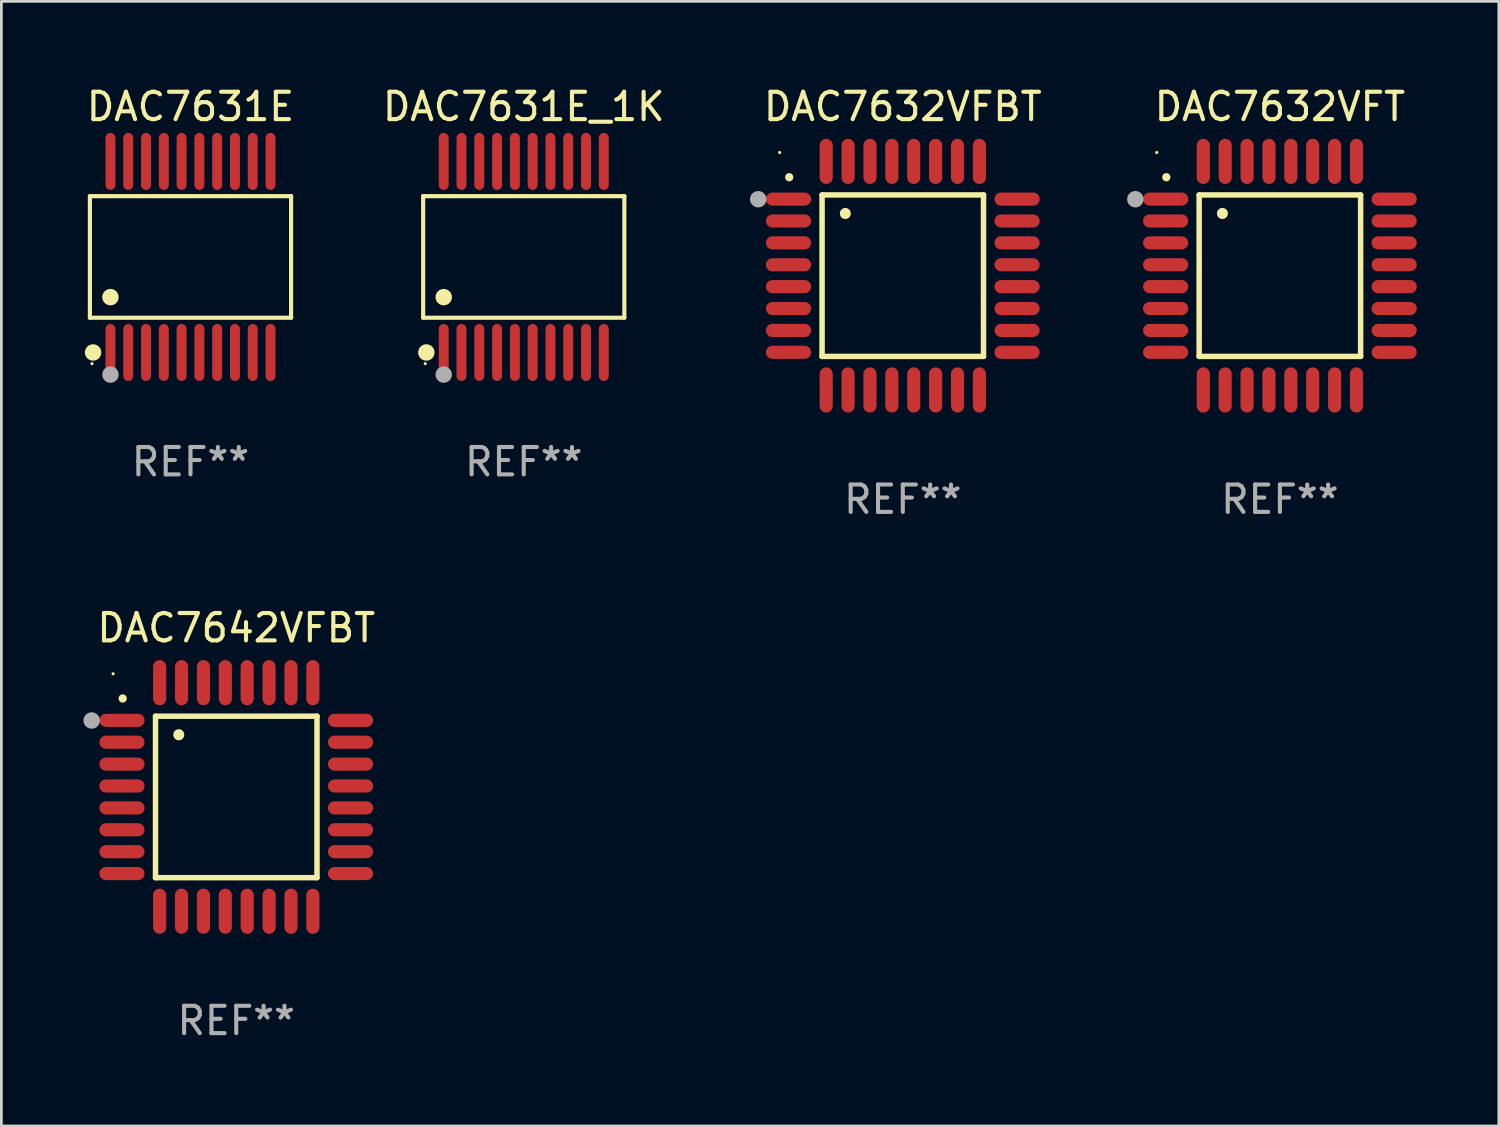
<source format=kicad_pcb>
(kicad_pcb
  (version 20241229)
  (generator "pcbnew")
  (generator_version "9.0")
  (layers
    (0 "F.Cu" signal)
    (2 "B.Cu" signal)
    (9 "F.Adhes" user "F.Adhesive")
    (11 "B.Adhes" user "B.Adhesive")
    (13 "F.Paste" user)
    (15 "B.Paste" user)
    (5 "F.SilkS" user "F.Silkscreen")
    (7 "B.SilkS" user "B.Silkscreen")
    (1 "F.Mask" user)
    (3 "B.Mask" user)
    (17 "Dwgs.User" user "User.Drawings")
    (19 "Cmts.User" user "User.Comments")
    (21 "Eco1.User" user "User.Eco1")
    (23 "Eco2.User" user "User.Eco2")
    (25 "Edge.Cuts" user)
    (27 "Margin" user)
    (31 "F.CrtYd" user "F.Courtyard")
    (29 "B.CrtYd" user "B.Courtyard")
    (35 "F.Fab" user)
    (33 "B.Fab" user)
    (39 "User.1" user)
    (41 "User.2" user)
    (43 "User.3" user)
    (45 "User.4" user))
  (footprint "DAC7632VFBT"
    (layer "F.Cu")
    (at 29.94 7.024)
    (property "Reference" "DAC7632VFBT" (at 0 -6.176 0) (layer "F.SilkS") (effects (font (size 1 1) (thickness 0.15))))
    (attr through_hole)
    (fp_line (start -2.95 -2.95) (end -2.95 2.95) (stroke (width 0.2) (type solid)) (layer "F.SilkS"))
    (fp_line (start -2.95 2.95) (end 2.95 2.95) (stroke (width 0.2) (type solid)) (layer "F.SilkS"))
    (fp_line (start 2.95 -2.95) (end -2.95 -2.95) (stroke (width 0.2) (type solid)) (layer "F.SilkS"))
    (fp_line (start 2.95 2.95) (end 2.95 -2.95) (stroke (width 0.2) (type solid)) (layer "F.SilkS"))
    (fp_arc (start -4.150178 -3.596622) (mid -4.150183 -3.597892) (end -4.150178 -3.599162) (stroke (width 0.3) (type solid)) (layer "F.SilkS"))
    (fp_arc (start -2.100394 -2.270739) (mid -2.10041 -2.273279) (end -2.100394 -2.275819) (stroke (width 0.4) (type solid)) (layer "F.SilkS"))
    (fp_circle (center -4.5 -4.5) (end -4.47 -4.5) (stroke (width 0.06) (type solid)) (fill no) (layer "F.SilkS"))
    (fp_circle (center -5.283 -2.794) (end -5.133 -2.794) (stroke (width 0.3) (type solid)) (fill no) (layer "F.Fab"))
    (fp_text user "REF**" (at 0 8.176 0) (layer "F.Fab") (effects (font (size 1 1) (thickness 0.15))))
    (pad "1" smd oval (at -4.176 -2.799 90) (size 0.48 1.65) (layers "F.Cu" "F.Mask" "F.Paste"))
    (pad "2" smd oval (at -4.176 -2 90) (size 0.48 1.65) (layers "F.Cu" "F.Mask" "F.Paste"))
    (pad "3" smd oval (at -4.176 -1.2 90) (size 0.48 1.65) (layers "F.Cu" "F.Mask" "F.Paste"))
    (pad "4" smd oval (at -4.176 -0.4 90) (size 0.48 1.65) (layers "F.Cu" "F.Mask" "F.Paste"))
    (pad "5" smd oval (at -4.176 0.4 90) (size 0.48 1.65) (layers "F.Cu" "F.Mask" "F.Paste"))
    (pad "6" smd oval (at -4.176 1.2 90) (size 0.48 1.65) (layers "F.Cu" "F.Mask" "F.Paste"))
    (pad "7" smd oval (at -4.176 2 90) (size 0.48 1.65) (layers "F.Cu" "F.Mask" "F.Paste"))
    (pad "8" smd oval (at -4.176 2.799 90) (size 0.48 1.65) (layers "F.Cu" "F.Mask" "F.Paste"))
    (pad "9" smd oval (at -2.799 4.176) (size 0.48 1.65) (layers "F.Cu" "F.Mask" "F.Paste"))
    (pad "10" smd oval (at -2 4.176) (size 0.48 1.65) (layers "F.Cu" "F.Mask" "F.Paste"))
    (pad "11" smd oval (at -1.2 4.176) (size 0.48 1.65) (layers "F.Cu" "F.Mask" "F.Paste"))
    (pad "12" smd oval (at -0.4 4.176) (size 0.48 1.65) (layers "F.Cu" "F.Mask" "F.Paste"))
    (pad "13" smd oval (at 0.4 4.176) (size 0.48 1.65) (layers "F.Cu" "F.Mask" "F.Paste"))
    (pad "14" smd oval (at 1.2 4.176) (size 0.48 1.65) (layers "F.Cu" "F.Mask" "F.Paste"))
    (pad "15" smd oval (at 2 4.176) (size 0.48 1.65) (layers "F.Cu" "F.Mask" "F.Paste"))
    (pad "16" smd oval (at 2.799 4.176) (size 0.48 1.65) (layers "F.Cu" "F.Mask" "F.Paste"))
    (pad "17" smd oval (at 4.176 2.799 90) (size 0.48 1.65) (layers "F.Cu" "F.Mask" "F.Paste"))
    (pad "18" smd oval (at 4.176 2 90) (size 0.48 1.65) (layers "F.Cu" "F.Mask" "F.Paste"))
    (pad "19" smd oval (at 4.176 1.2 90) (size 0.48 1.65) (layers "F.Cu" "F.Mask" "F.Paste"))
    (pad "20" smd oval (at 4.176 0.4 90) (size 0.48 1.65) (layers "F.Cu" "F.Mask" "F.Paste"))
    (pad "21" smd oval (at 4.176 -0.4 90) (size 0.48 1.65) (layers "F.Cu" "F.Mask" "F.Paste"))
    (pad "22" smd oval (at 4.176 -1.2 90) (size 0.48 1.65) (layers "F.Cu" "F.Mask" "F.Paste"))
    (pad "23" smd oval (at 4.176 -2 90) (size 0.48 1.65) (layers "F.Cu" "F.Mask" "F.Paste"))
    (pad "24" smd oval (at 4.176 -2.799 90) (size 0.48 1.65) (layers "F.Cu" "F.Mask" "F.Paste"))
    (pad "25" smd oval (at 2.799 -4.176) (size 0.48 1.65) (layers "F.Cu" "F.Mask" "F.Paste"))
    (pad "26" smd oval (at 1.999 -4.176) (size 0.48 1.65) (layers "F.Cu" "F.Mask" "F.Paste"))
    (pad "27" smd oval (at 1.199 -4.176) (size 0.48 1.65) (layers "F.Cu" "F.Mask" "F.Paste"))
    (pad "28" smd oval (at 0.399 -4.176) (size 0.48 1.65) (layers "F.Cu" "F.Mask" "F.Paste"))
    (pad "29" smd oval (at -0.399 -4.176) (size 0.48 1.65) (layers "F.Cu" "F.Mask" "F.Paste"))
    (pad "30" smd oval (at -1.199 -4.176) (size 0.48 1.65) (layers "F.Cu" "F.Mask" "F.Paste"))
    (pad "31" smd oval (at -1.999 -4.176) (size 0.48 1.65) (layers "F.Cu" "F.Mask" "F.Paste"))
    (pad "32" smd oval (at -2.799 -4.176) (size 0.48 1.65) (layers "F.Cu" "F.Mask" "F.Paste")))
  (footprint "DAC7631E"
    (layer "F.Cu")
    (at 3.911 6.339)
    (property "Reference" "DAC7631E" (at 0 -5.491 0) (layer "F.SilkS") (effects (font (size 1 1) (thickness 0.15))))
    (attr through_hole)
    (fp_line (start -3.676 -2.221) (end 3.676 -2.221) (stroke (width 0.152) (type solid)) (layer "F.SilkS"))
    (fp_line (start -3.676 2.221) (end -3.676 -2.221) (stroke (width 0.152) (type solid)) (layer "F.SilkS"))
    (fp_line (start 3.676 -2.221) (end 3.676 2.221) (stroke (width 0.152) (type solid)) (layer "F.SilkS"))
    (fp_line (start 3.676 2.221) (end -3.676 2.221) (stroke (width 0.152) (type solid)) (layer "F.SilkS"))
    (fp_circle (center -3.6 3.9) (end -3.57 3.9) (stroke (width 0.06) (type solid)) (fill no) (layer "F.SilkS"))
    (fp_circle (center -3.559 3.491) (end -3.409 3.491) (stroke (width 0.3) (type solid)) (fill no) (layer "F.SilkS"))
    (fp_circle (center -2.925 1.469) (end -2.775 1.469) (stroke (width 0.3) (type solid)) (fill no) (layer "F.SilkS"))
    (fp_circle (center -2.925 4.3) (end -2.775 4.3) (stroke (width 0.3) (type solid)) (fill no) (layer "F.Fab"))
    (fp_text user "REF**" (at 0 7.491 0) (layer "F.Fab") (effects (font (size 1 1) (thickness 0.15))))
    (pad "1" smd oval (at -2.925 3.491) (size 0.364 2.082) (layers "F.Cu" "F.Mask" "F.Paste"))
    (pad "2" smd oval (at -2.275 3.491) (size 0.364 2.082) (layers "F.Cu" "F.Mask" "F.Paste"))
    (pad "3" smd oval (at -1.625 3.491) (size 0.364 2.082) (layers "F.Cu" "F.Mask" "F.Paste"))
    (pad "4" smd oval (at -0.975 3.491) (size 0.364 2.082) (layers "F.Cu" "F.Mask" "F.Paste"))
    (pad "5" smd oval (at -0.325 3.491) (size 0.364 2.082) (layers "F.Cu" "F.Mask" "F.Paste"))
    (pad "6" smd oval (at 0.325 3.491) (size 0.364 2.082) (layers "F.Cu" "F.Mask" "F.Paste"))
    (pad "7" smd oval (at 0.975 3.491) (size 0.364 2.082) (layers "F.Cu" "F.Mask" "F.Paste"))
    (pad "8" smd oval (at 1.625 3.491) (size 0.364 2.082) (layers "F.Cu" "F.Mask" "F.Paste"))
    (pad "9" smd oval (at 2.275 3.491) (size 0.364 2.082) (layers "F.Cu" "F.Mask" "F.Paste"))
    (pad "10" smd oval (at 2.925 3.491) (size 0.364 2.082) (layers "F.Cu" "F.Mask" "F.Paste"))
    (pad "11" smd oval (at 2.925 -3.491) (size 0.364 2.082) (layers "F.Cu" "F.Mask" "F.Paste"))
    (pad "12" smd oval (at 2.275 -3.491) (size 0.364 2.082) (layers "F.Cu" "F.Mask" "F.Paste"))
    (pad "13" smd oval (at 1.625 -3.491) (size 0.364 2.082) (layers "F.Cu" "F.Mask" "F.Paste"))
    (pad "14" smd oval (at 0.975 -3.491) (size 0.364 2.082) (layers "F.Cu" "F.Mask" "F.Paste"))
    (pad "15" smd oval (at 0.325 -3.491) (size 0.364 2.082) (layers "F.Cu" "F.Mask" "F.Paste"))
    (pad "16" smd oval (at -0.325 -3.491) (size 0.364 2.082) (layers "F.Cu" "F.Mask" "F.Paste"))
    (pad "17" smd oval (at -0.975 -3.491) (size 0.364 2.082) (layers "F.Cu" "F.Mask" "F.Paste"))
    (pad "18" smd oval (at -1.625 -3.491) (size 0.364 2.082) (layers "F.Cu" "F.Mask" "F.Paste"))
    (pad "19" smd oval (at -2.275 -3.491) (size 0.364 2.082) (layers "F.Cu" "F.Mask" "F.Paste"))
    (pad "20" smd oval (at -2.925 -3.491) (size 0.364 2.082) (layers "F.Cu" "F.Mask" "F.Paste")))
  (footprint "DAC7632VFT"
    (layer "F.Cu")
    (at 43.72 7.024)
    (property "Reference" "DAC7632VFT" (at 0 -6.176 0) (layer "F.SilkS") (effects (font (size 1 1) (thickness 0.15))))
    (attr through_hole)
    (fp_line (start -2.95 -2.95) (end -2.95 2.95) (stroke (width 0.2) (type solid)) (layer "F.SilkS"))
    (fp_line (start -2.95 2.95) (end 2.95 2.95) (stroke (width 0.2) (type solid)) (layer "F.SilkS"))
    (fp_line (start 2.95 -2.95) (end -2.95 -2.95) (stroke (width 0.2) (type solid)) (layer "F.SilkS"))
    (fp_line (start 2.95 2.95) (end 2.95 -2.95) (stroke (width 0.2) (type solid)) (layer "F.SilkS"))
    (fp_arc (start -4.150178 -3.596622) (mid -4.150183 -3.597892) (end -4.150178 -3.599162) (stroke (width 0.3) (type solid)) (layer "F.SilkS"))
    (fp_arc (start -2.100394 -2.270739) (mid -2.10041 -2.273279) (end -2.100394 -2.275819) (stroke (width 0.4) (type solid)) (layer "F.SilkS"))
    (fp_circle (center -4.5 -4.5) (end -4.47 -4.5) (stroke (width 0.06) (type solid)) (fill no) (layer "F.SilkS"))
    (fp_circle (center -5.283 -2.794) (end -5.133 -2.794) (stroke (width 0.3) (type solid)) (fill no) (layer "F.Fab"))
    (fp_text user "REF**" (at 0 8.176 0) (layer "F.Fab") (effects (font (size 1 1) (thickness 0.15))))
    (pad "1" smd oval (at -4.176 -2.799 90) (size 0.48 1.65) (layers "F.Cu" "F.Mask" "F.Paste"))
    (pad "2" smd oval (at -4.176 -2 90) (size 0.48 1.65) (layers "F.Cu" "F.Mask" "F.Paste"))
    (pad "3" smd oval (at -4.176 -1.2 90) (size 0.48 1.65) (layers "F.Cu" "F.Mask" "F.Paste"))
    (pad "4" smd oval (at -4.176 -0.4 90) (size 0.48 1.65) (layers "F.Cu" "F.Mask" "F.Paste"))
    (pad "5" smd oval (at -4.176 0.4 90) (size 0.48 1.65) (layers "F.Cu" "F.Mask" "F.Paste"))
    (pad "6" smd oval (at -4.176 1.2 90) (size 0.48 1.65) (layers "F.Cu" "F.Mask" "F.Paste"))
    (pad "7" smd oval (at -4.176 2 90) (size 0.48 1.65) (layers "F.Cu" "F.Mask" "F.Paste"))
    (pad "8" smd oval (at -4.176 2.799 90) (size 0.48 1.65) (layers "F.Cu" "F.Mask" "F.Paste"))
    (pad "9" smd oval (at -2.799 4.176) (size 0.48 1.65) (layers "F.Cu" "F.Mask" "F.Paste"))
    (pad "10" smd oval (at -2 4.176) (size 0.48 1.65) (layers "F.Cu" "F.Mask" "F.Paste"))
    (pad "11" smd oval (at -1.2 4.176) (size 0.48 1.65) (layers "F.Cu" "F.Mask" "F.Paste"))
    (pad "12" smd oval (at -0.4 4.176) (size 0.48 1.65) (layers "F.Cu" "F.Mask" "F.Paste"))
    (pad "13" smd oval (at 0.4 4.176) (size 0.48 1.65) (layers "F.Cu" "F.Mask" "F.Paste"))
    (pad "14" smd oval (at 1.2 4.176) (size 0.48 1.65) (layers "F.Cu" "F.Mask" "F.Paste"))
    (pad "15" smd oval (at 2 4.176) (size 0.48 1.65) (layers "F.Cu" "F.Mask" "F.Paste"))
    (pad "16" smd oval (at 2.799 4.176) (size 0.48 1.65) (layers "F.Cu" "F.Mask" "F.Paste"))
    (pad "17" smd oval (at 4.176 2.799 90) (size 0.48 1.65) (layers "F.Cu" "F.Mask" "F.Paste"))
    (pad "18" smd oval (at 4.176 2 90) (size 0.48 1.65) (layers "F.Cu" "F.Mask" "F.Paste"))
    (pad "19" smd oval (at 4.176 1.2 90) (size 0.48 1.65) (layers "F.Cu" "F.Mask" "F.Paste"))
    (pad "20" smd oval (at 4.176 0.4 90) (size 0.48 1.65) (layers "F.Cu" "F.Mask" "F.Paste"))
    (pad "21" smd oval (at 4.176 -0.4 90) (size 0.48 1.65) (layers "F.Cu" "F.Mask" "F.Paste"))
    (pad "22" smd oval (at 4.176 -1.2 90) (size 0.48 1.65) (layers "F.Cu" "F.Mask" "F.Paste"))
    (pad "23" smd oval (at 4.176 -2 90) (size 0.48 1.65) (layers "F.Cu" "F.Mask" "F.Paste"))
    (pad "24" smd oval (at 4.176 -2.799 90) (size 0.48 1.65) (layers "F.Cu" "F.Mask" "F.Paste"))
    (pad "25" smd oval (at 2.799 -4.176) (size 0.48 1.65) (layers "F.Cu" "F.Mask" "F.Paste"))
    (pad "26" smd oval (at 1.999 -4.176) (size 0.48 1.65) (layers "F.Cu" "F.Mask" "F.Paste"))
    (pad "27" smd oval (at 1.199 -4.176) (size 0.48 1.65) (layers "F.Cu" "F.Mask" "F.Paste"))
    (pad "28" smd oval (at 0.399 -4.176) (size 0.48 1.65) (layers "F.Cu" "F.Mask" "F.Paste"))
    (pad "29" smd oval (at -0.399 -4.176) (size 0.48 1.65) (layers "F.Cu" "F.Mask" "F.Paste"))
    (pad "30" smd oval (at -1.199 -4.176) (size 0.48 1.65) (layers "F.Cu" "F.Mask" "F.Paste"))
    (pad "31" smd oval (at -1.999 -4.176) (size 0.48 1.65) (layers "F.Cu" "F.Mask" "F.Paste"))
    (pad "32" smd oval (at -2.799 -4.176) (size 0.48 1.65) (layers "F.Cu" "F.Mask" "F.Paste")))
  (footprint "DAC7642VFBT"
    (layer "F.Cu")
    (at 5.583 26.072)
    (property "Reference" "DAC7642VFBT" (at 0 -6.176 0) (layer "F.SilkS") (effects (font (size 1 1) (thickness 0.15))))
    (attr through_hole)
    (fp_line (start -2.95 -2.95) (end -2.95 2.95) (stroke (width 0.2) (type solid)) (layer "F.SilkS"))
    (fp_line (start -2.95 2.95) (end 2.95 2.95) (stroke (width 0.2) (type solid)) (layer "F.SilkS"))
    (fp_line (start 2.95 -2.95) (end -2.95 -2.95) (stroke (width 0.2) (type solid)) (layer "F.SilkS"))
    (fp_line (start 2.95 2.95) (end 2.95 -2.95) (stroke (width 0.2) (type solid)) (layer "F.SilkS"))
    (fp_arc (start -4.150178 -3.596622) (mid -4.150183 -3.597892) (end -4.150178 -3.599162) (stroke (width 0.3) (type solid)) (layer "F.SilkS"))
    (fp_arc (start -2.100394 -2.270739) (mid -2.10041 -2.273279) (end -2.100394 -2.275819) (stroke (width 0.4) (type solid)) (layer "F.SilkS"))
    (fp_circle (center -4.5 -4.5) (end -4.47 -4.5) (stroke (width 0.06) (type solid)) (fill no) (layer "F.SilkS"))
    (fp_circle (center -5.283 -2.794) (end -5.133 -2.794) (stroke (width 0.3) (type solid)) (fill no) (layer "F.Fab"))
    (fp_text user "REF**" (at 0 8.176 0) (layer "F.Fab") (effects (font (size 1 1) (thickness 0.15))))
    (pad "1" smd oval (at -4.176 -2.799 90) (size 0.48 1.65) (layers "F.Cu" "F.Mask" "F.Paste"))
    (pad "2" smd oval (at -4.176 -2 90) (size 0.48 1.65) (layers "F.Cu" "F.Mask" "F.Paste"))
    (pad "3" smd oval (at -4.176 -1.2 90) (size 0.48 1.65) (layers "F.Cu" "F.Mask" "F.Paste"))
    (pad "4" smd oval (at -4.176 -0.4 90) (size 0.48 1.65) (layers "F.Cu" "F.Mask" "F.Paste"))
    (pad "5" smd oval (at -4.176 0.4 90) (size 0.48 1.65) (layers "F.Cu" "F.Mask" "F.Paste"))
    (pad "6" smd oval (at -4.176 1.2 90) (size 0.48 1.65) (layers "F.Cu" "F.Mask" "F.Paste"))
    (pad "7" smd oval (at -4.176 2 90) (size 0.48 1.65) (layers "F.Cu" "F.Mask" "F.Paste"))
    (pad "8" smd oval (at -4.176 2.799 90) (size 0.48 1.65) (layers "F.Cu" "F.Mask" "F.Paste"))
    (pad "9" smd oval (at -2.799 4.176) (size 0.48 1.65) (layers "F.Cu" "F.Mask" "F.Paste"))
    (pad "10" smd oval (at -2 4.176) (size 0.48 1.65) (layers "F.Cu" "F.Mask" "F.Paste"))
    (pad "11" smd oval (at -1.2 4.176) (size 0.48 1.65) (layers "F.Cu" "F.Mask" "F.Paste"))
    (pad "12" smd oval (at -0.4 4.176) (size 0.48 1.65) (layers "F.Cu" "F.Mask" "F.Paste"))
    (pad "13" smd oval (at 0.4 4.176) (size 0.48 1.65) (layers "F.Cu" "F.Mask" "F.Paste"))
    (pad "14" smd oval (at 1.2 4.176) (size 0.48 1.65) (layers "F.Cu" "F.Mask" "F.Paste"))
    (pad "15" smd oval (at 2 4.176) (size 0.48 1.65) (layers "F.Cu" "F.Mask" "F.Paste"))
    (pad "16" smd oval (at 2.799 4.176) (size 0.48 1.65) (layers "F.Cu" "F.Mask" "F.Paste"))
    (pad "17" smd oval (at 4.176 2.799 90) (size 0.48 1.65) (layers "F.Cu" "F.Mask" "F.Paste"))
    (pad "18" smd oval (at 4.176 2 90) (size 0.48 1.65) (layers "F.Cu" "F.Mask" "F.Paste"))
    (pad "19" smd oval (at 4.176 1.2 90) (size 0.48 1.65) (layers "F.Cu" "F.Mask" "F.Paste"))
    (pad "20" smd oval (at 4.176 0.4 90) (size 0.48 1.65) (layers "F.Cu" "F.Mask" "F.Paste"))
    (pad "21" smd oval (at 4.176 -0.4 90) (size 0.48 1.65) (layers "F.Cu" "F.Mask" "F.Paste"))
    (pad "22" smd oval (at 4.176 -1.2 90) (size 0.48 1.65) (layers "F.Cu" "F.Mask" "F.Paste"))
    (pad "23" smd oval (at 4.176 -2 90) (size 0.48 1.65) (layers "F.Cu" "F.Mask" "F.Paste"))
    (pad "24" smd oval (at 4.176 -2.799 90) (size 0.48 1.65) (layers "F.Cu" "F.Mask" "F.Paste"))
    (pad "25" smd oval (at 2.799 -4.176) (size 0.48 1.65) (layers "F.Cu" "F.Mask" "F.Paste"))
    (pad "26" smd oval (at 1.999 -4.176) (size 0.48 1.65) (layers "F.Cu" "F.Mask" "F.Paste"))
    (pad "27" smd oval (at 1.199 -4.176) (size 0.48 1.65) (layers "F.Cu" "F.Mask" "F.Paste"))
    (pad "28" smd oval (at 0.399 -4.176) (size 0.48 1.65) (layers "F.Cu" "F.Mask" "F.Paste"))
    (pad "29" smd oval (at -0.399 -4.176) (size 0.48 1.65) (layers "F.Cu" "F.Mask" "F.Paste"))
    (pad "30" smd oval (at -1.199 -4.176) (size 0.48 1.65) (layers "F.Cu" "F.Mask" "F.Paste"))
    (pad "31" smd oval (at -1.999 -4.176) (size 0.48 1.65) (layers "F.Cu" "F.Mask" "F.Paste"))
    (pad "32" smd oval (at -2.799 -4.176) (size 0.48 1.65) (layers "F.Cu" "F.Mask" "F.Paste")))
  (footprint "DAC7631E_1K"
    (layer "F.Cu")
    (at 16.089 6.339)
    (property "Reference" "DAC7631E_1K" (at 0 -5.491 0) (layer "F.SilkS") (effects (font (size 1 1) (thickness 0.15))))
    (attr through_hole)
    (fp_line (start -3.676 -2.221) (end 3.676 -2.221) (stroke (width 0.152) (type solid)) (layer "F.SilkS"))
    (fp_line (start -3.676 2.221) (end -3.676 -2.221) (stroke (width 0.152) (type solid)) (layer "F.SilkS"))
    (fp_line (start 3.676 -2.221) (end 3.676 2.221) (stroke (width 0.152) (type solid)) (layer "F.SilkS"))
    (fp_line (start 3.676 2.221) (end -3.676 2.221) (stroke (width 0.152) (type solid)) (layer "F.SilkS"))
    (fp_circle (center -3.6 3.9) (end -3.57 3.9) (stroke (width 0.06) (type solid)) (fill no) (layer "F.SilkS"))
    (fp_circle (center -3.559 3.491) (end -3.409 3.491) (stroke (width 0.3) (type solid)) (fill no) (layer "F.SilkS"))
    (fp_circle (center -2.925 1.469) (end -2.775 1.469) (stroke (width 0.3) (type solid)) (fill no) (layer "F.SilkS"))
    (fp_circle (center -2.925 4.3) (end -2.775 4.3) (stroke (width 0.3) (type solid)) (fill no) (layer "F.Fab"))
    (fp_text user "REF**" (at 0 7.491 0) (layer "F.Fab") (effects (font (size 1 1) (thickness 0.15))))
    (pad "1" smd oval (at -2.925 3.491) (size 0.364 2.082) (layers "F.Cu" "F.Mask" "F.Paste"))
    (pad "2" smd oval (at -2.275 3.491) (size 0.364 2.082) (layers "F.Cu" "F.Mask" "F.Paste"))
    (pad "3" smd oval (at -1.625 3.491) (size 0.364 2.082) (layers "F.Cu" "F.Mask" "F.Paste"))
    (pad "4" smd oval (at -0.975 3.491) (size 0.364 2.082) (layers "F.Cu" "F.Mask" "F.Paste"))
    (pad "5" smd oval (at -0.325 3.491) (size 0.364 2.082) (layers "F.Cu" "F.Mask" "F.Paste"))
    (pad "6" smd oval (at 0.325 3.491) (size 0.364 2.082) (layers "F.Cu" "F.Mask" "F.Paste"))
    (pad "7" smd oval (at 0.975 3.491) (size 0.364 2.082) (layers "F.Cu" "F.Mask" "F.Paste"))
    (pad "8" smd oval (at 1.625 3.491) (size 0.364 2.082) (layers "F.Cu" "F.Mask" "F.Paste"))
    (pad "9" smd oval (at 2.275 3.491) (size 0.364 2.082) (layers "F.Cu" "F.Mask" "F.Paste"))
    (pad "10" smd oval (at 2.925 3.491) (size 0.364 2.082) (layers "F.Cu" "F.Mask" "F.Paste"))
    (pad "11" smd oval (at 2.925 -3.491) (size 0.364 2.082) (layers "F.Cu" "F.Mask" "F.Paste"))
    (pad "12" smd oval (at 2.275 -3.491) (size 0.364 2.082) (layers "F.Cu" "F.Mask" "F.Paste"))
    (pad "13" smd oval (at 1.625 -3.491) (size 0.364 2.082) (layers "F.Cu" "F.Mask" "F.Paste"))
    (pad "14" smd oval (at 0.975 -3.491) (size 0.364 2.082) (layers "F.Cu" "F.Mask" "F.Paste"))
    (pad "15" smd oval (at 0.325 -3.491) (size 0.364 2.082) (layers "F.Cu" "F.Mask" "F.Paste"))
    (pad "16" smd oval (at -0.325 -3.491) (size 0.364 2.082) (layers "F.Cu" "F.Mask" "F.Paste"))
    (pad "17" smd oval (at -0.975 -3.491) (size 0.364 2.082) (layers "F.Cu" "F.Mask" "F.Paste"))
    (pad "18" smd oval (at -1.625 -3.491) (size 0.364 2.082) (layers "F.Cu" "F.Mask" "F.Paste"))
    (pad "19" smd oval (at -2.275 -3.491) (size 0.364 2.082) (layers "F.Cu" "F.Mask" "F.Paste"))
    (pad "20" smd oval (at -2.925 -3.491) (size 0.364 2.082) (layers "F.Cu" "F.Mask" "F.Paste")))
  (gr_rect
    (start -3 -3)
    (end 51.721 38.096)
    (stroke (width 0.1) (type default))
    (fill no)
    (layer "Edge.Cuts")))
</source>
